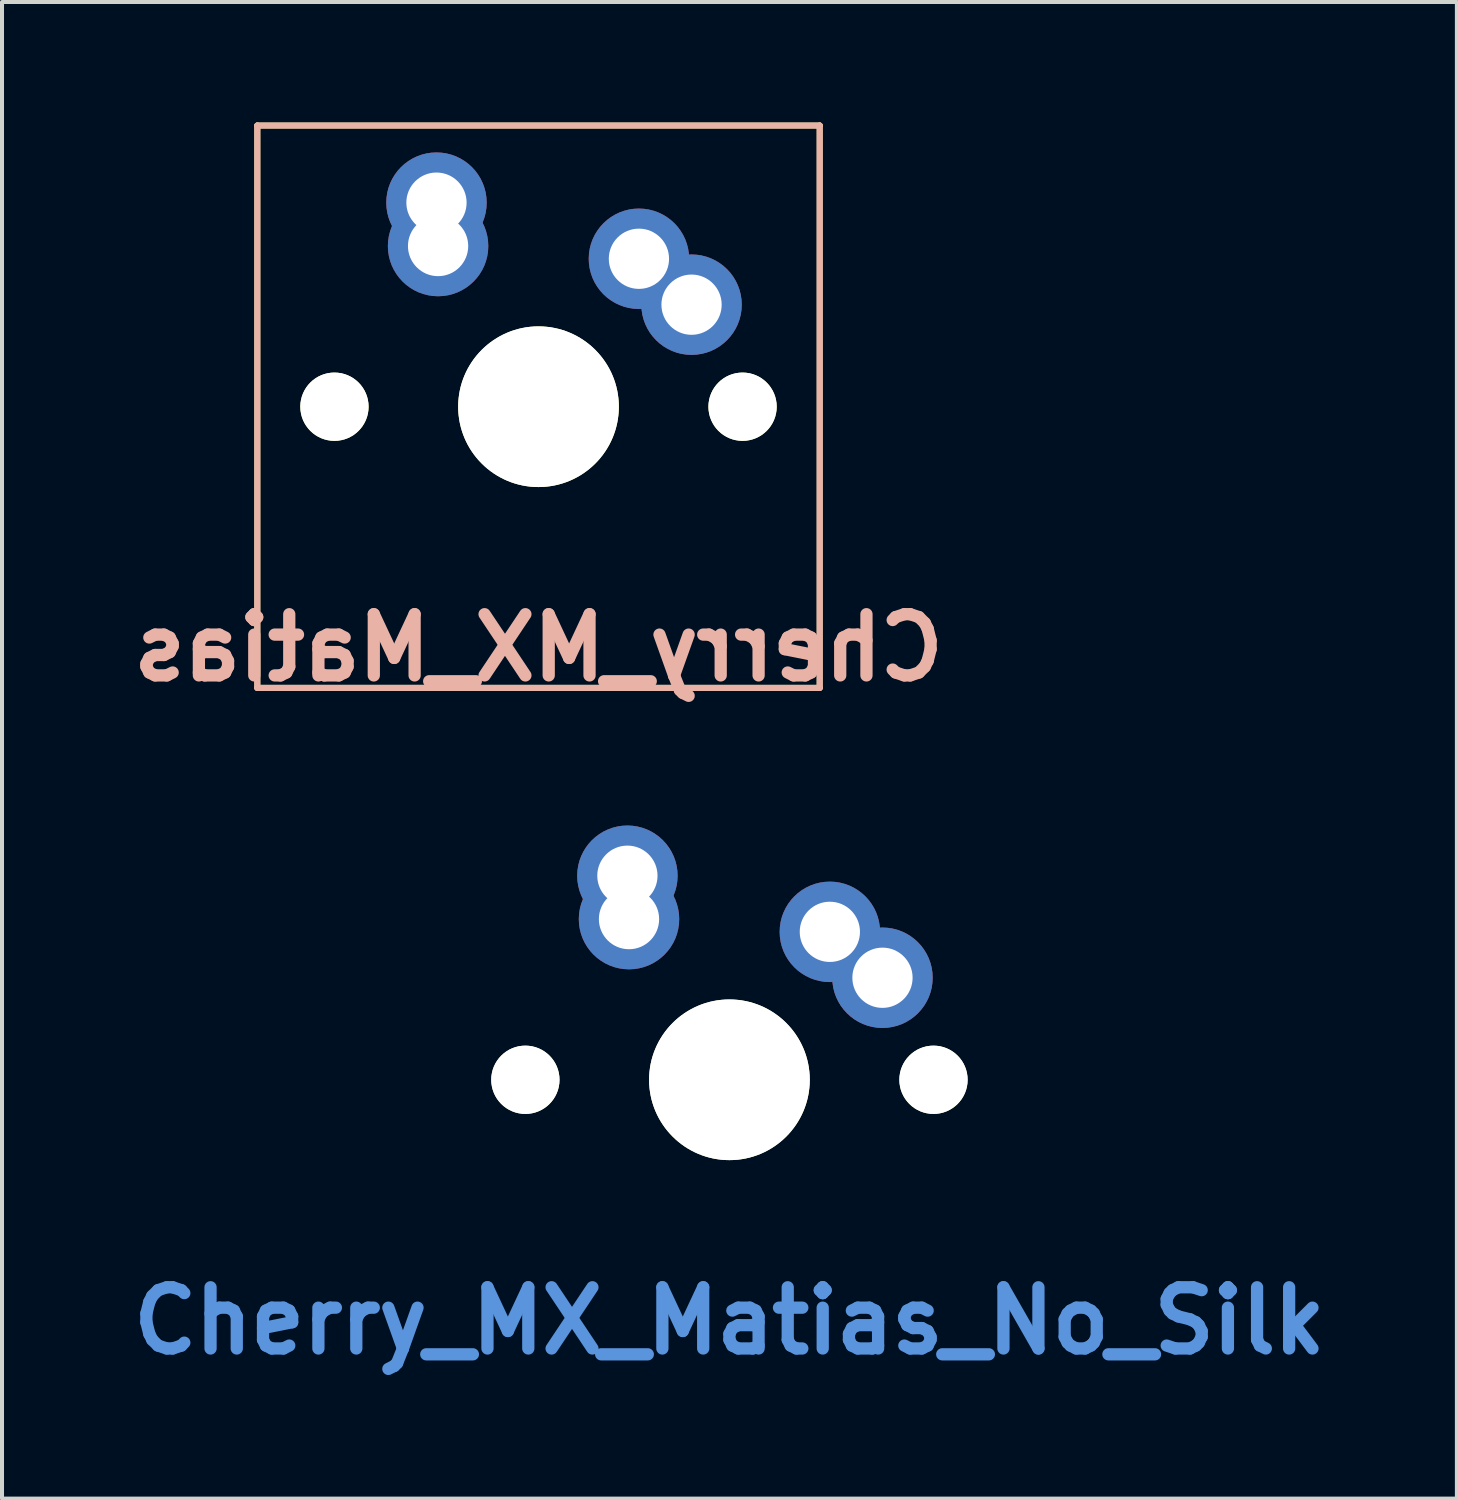
<source format=kicad_pcb>
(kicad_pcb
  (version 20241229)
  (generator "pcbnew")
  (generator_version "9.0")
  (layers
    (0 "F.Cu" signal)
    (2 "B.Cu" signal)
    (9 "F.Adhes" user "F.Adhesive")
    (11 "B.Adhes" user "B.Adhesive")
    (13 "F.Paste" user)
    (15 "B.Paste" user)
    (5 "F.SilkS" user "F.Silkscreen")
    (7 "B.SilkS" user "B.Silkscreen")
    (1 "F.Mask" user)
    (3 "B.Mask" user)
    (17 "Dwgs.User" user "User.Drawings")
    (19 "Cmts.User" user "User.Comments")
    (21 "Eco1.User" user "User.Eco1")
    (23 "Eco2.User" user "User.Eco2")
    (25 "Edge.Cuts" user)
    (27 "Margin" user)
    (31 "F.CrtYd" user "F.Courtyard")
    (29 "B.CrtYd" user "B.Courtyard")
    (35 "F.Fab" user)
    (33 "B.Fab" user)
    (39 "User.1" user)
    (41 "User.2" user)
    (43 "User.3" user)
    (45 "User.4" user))
  (footprint "Cherry_MX_Matias_No_Silk"
    (layer "F.Cu")
    (at 15.109 23.831)
    (property "Reference" "Cherry_MX_Matias_No_Silk" (at 0 6 0) (layer "Cmts.User") (effects (font (size 1.524 1.524) (thickness 0.305))))
    (attr through_hole)
    (pad "" np_thru_hole circle (at -5.08 0) (size 1.7 1.7) (drill 1.7) (layers "*.Cu" "*.Mask" "F.SilkS"))
    (pad "" np_thru_hole circle (at 0 0) (size 4 4) (drill 4) (layers "*.Cu" "*.Mask" "F.SilkS"))
    (pad "" np_thru_hole circle (at 5.08 0) (size 1.7 1.7) (drill 1.7) (layers "*.Cu" "*.Mask" "F.SilkS"))
    (pad "1" thru_hole circle (at -2.54 -5.08) (size 2.5 2.5) (drill 1.5) (layers "*.Cu" "*.Mask"))
    (pad "1" thru_hole circle (at -2.5 -4) (size 2.5 2.5) (drill 1.5) (layers "*.Cu" "*.Mask"))
    (pad "2" thru_hole circle (at 2.5 -3.683) (size 2.5 2.5) (drill 1.5) (layers "*.Cu" "*.Mask"))
    (pad "2" thru_hole circle (at 3.81 -2.54) (size 2.5 2.5) (drill 1.5) (layers "*.Cu" "*.Mask")))
  (footprint "Cherry_MX_Matias"
    (layer "F.Cu")
    (at 10.356 7.075)
    (property "Reference" "Cherry_MX_Matias" (at 0 6 0) (layer "B.SilkS") (effects (font (size 1.524 1.524) (thickness 0.305)) (justify mirror)))
    (attr through_hole)
    (fp_line (start -7 -7) (end 7 -7) (stroke (width 0.15) (type solid)) (layer "F.SilkS"))
    (fp_line (start -7 7) (end -7 -7) (stroke (width 0.15) (type solid)) (layer "F.SilkS"))
    (fp_line (start 7 -7) (end 7 7) (stroke (width 0.15) (type solid)) (layer "F.SilkS"))
    (fp_line (start 7 7) (end -7 7) (stroke (width 0.15) (type solid)) (layer "F.SilkS"))
    (fp_line (start -7 -7) (end 7 -7) (stroke (width 0.15) (type solid)) (layer "B.SilkS"))
    (fp_line (start -7 7) (end -7 -7) (stroke (width 0.15) (type solid)) (layer "B.SilkS"))
    (fp_line (start 7 -7) (end 7 7) (stroke (width 0.15) (type solid)) (layer "B.SilkS"))
    (fp_line (start 7 7) (end -7 7) (stroke (width 0.15) (type solid)) (layer "B.SilkS"))
    (pad "" np_thru_hole circle (at -5.08 0) (size 1.7 1.7) (drill 1.7) (layers "*.Cu" "*.Mask" "F.SilkS"))
    (pad "" np_thru_hole circle (at 0 0) (size 4 4) (drill 4) (layers "*.Cu" "*.Mask" "F.SilkS"))
    (pad "" np_thru_hole circle (at 5.08 0) (size 1.7 1.7) (drill 1.7) (layers "*.Cu" "*.Mask" "F.SilkS"))
    (pad "1" thru_hole circle (at -2.54 -5.08) (size 2.5 2.5) (drill 1.5) (layers "*.Cu" "*.Mask"))
    (pad "1" thru_hole circle (at -2.5 -4) (size 2.5 2.5) (drill 1.5) (layers "*.Cu" "*.Mask"))
    (pad "2" thru_hole circle (at 2.5 -3.683) (size 2.5 2.5) (drill 1.5) (layers "*.Cu" "*.Mask"))
    (pad "2" thru_hole circle (at 3.81 -2.54) (size 2.5 2.5) (drill 1.5) (layers "*.Cu" "*.Mask")))
  (gr_rect
    (start -3 -3)
    (end 33.219 34.258)
    (stroke (width 0.1) (type default))
    (fill no)
    (layer "Edge.Cuts")))
</source>
